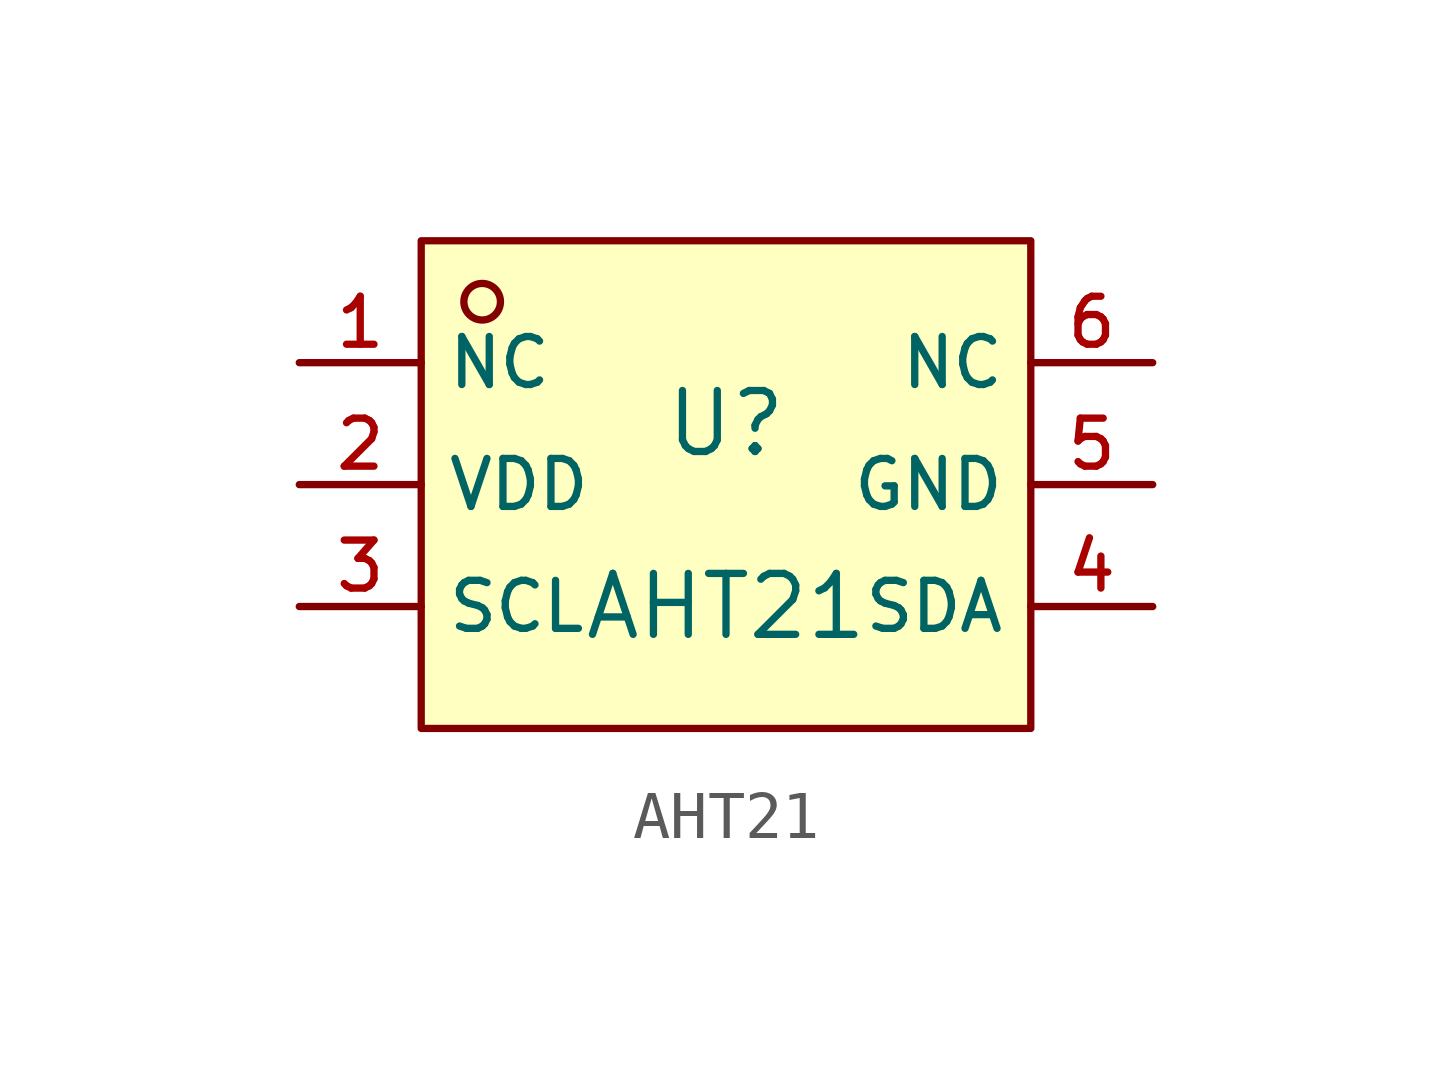
<source format=kicad_sym>
(kicad_symbol_lib
  (version 20210201)
  (generator TousstNicolas/JLC2KiCad_lib)
  (symbol "AHT21"
    (property "Reference" "U"
      (at 0 1.27 0)
      (effects (font (size 1.27 1.27))))
    (property "Value" "AHT21"
      (at 0 -2.54 0)
      (effects (font (size 1.27 1.27))))
    (symbol "AHT21_0_1"
      (rectangle (start -6.35 5.08) (end 6.35 -5.08) (stroke (width 0) (type default) (color 0 0 0 0)) (fill (type background)))
      (circle (center -5.08 3.81) (radius 0.381) (stroke (width 0) (type default) (color 0 0 0 0)) (fill (type background)))
      (pin unspecified line (at -8.89 2.54 0) (length 2.54) (name "NC" (effects (font (size 1 1)))) (number "1" (effects (font (size 1 1)))))
      (pin unspecified line (at -8.89 -0.0 0) (length 2.54) (name "VDD" (effects (font (size 1 1)))) (number "2" (effects (font (size 1 1)))))
      (pin unspecified line (at -8.89 -2.54 0) (length 2.54) (name "SCL" (effects (font (size 1 1)))) (number "3" (effects (font (size 1 1)))))
      (pin unspecified line (at 8.89 -2.54 180) (length 2.54) (name "SDA" (effects (font (size 1 1)))) (number "4" (effects (font (size 1 1)))))
      (pin unspecified line (at 8.89 -0.0 180) (length 2.54) (name "GND" (effects (font (size 1 1)))) (number "5" (effects (font (size 1 1)))))
      (pin unspecified line (at 8.89 2.54 180) (length 2.54) (name "NC" (effects (font (size 1 1)))) (number "6" (effects (font (size 1 1))))))))
</source>
